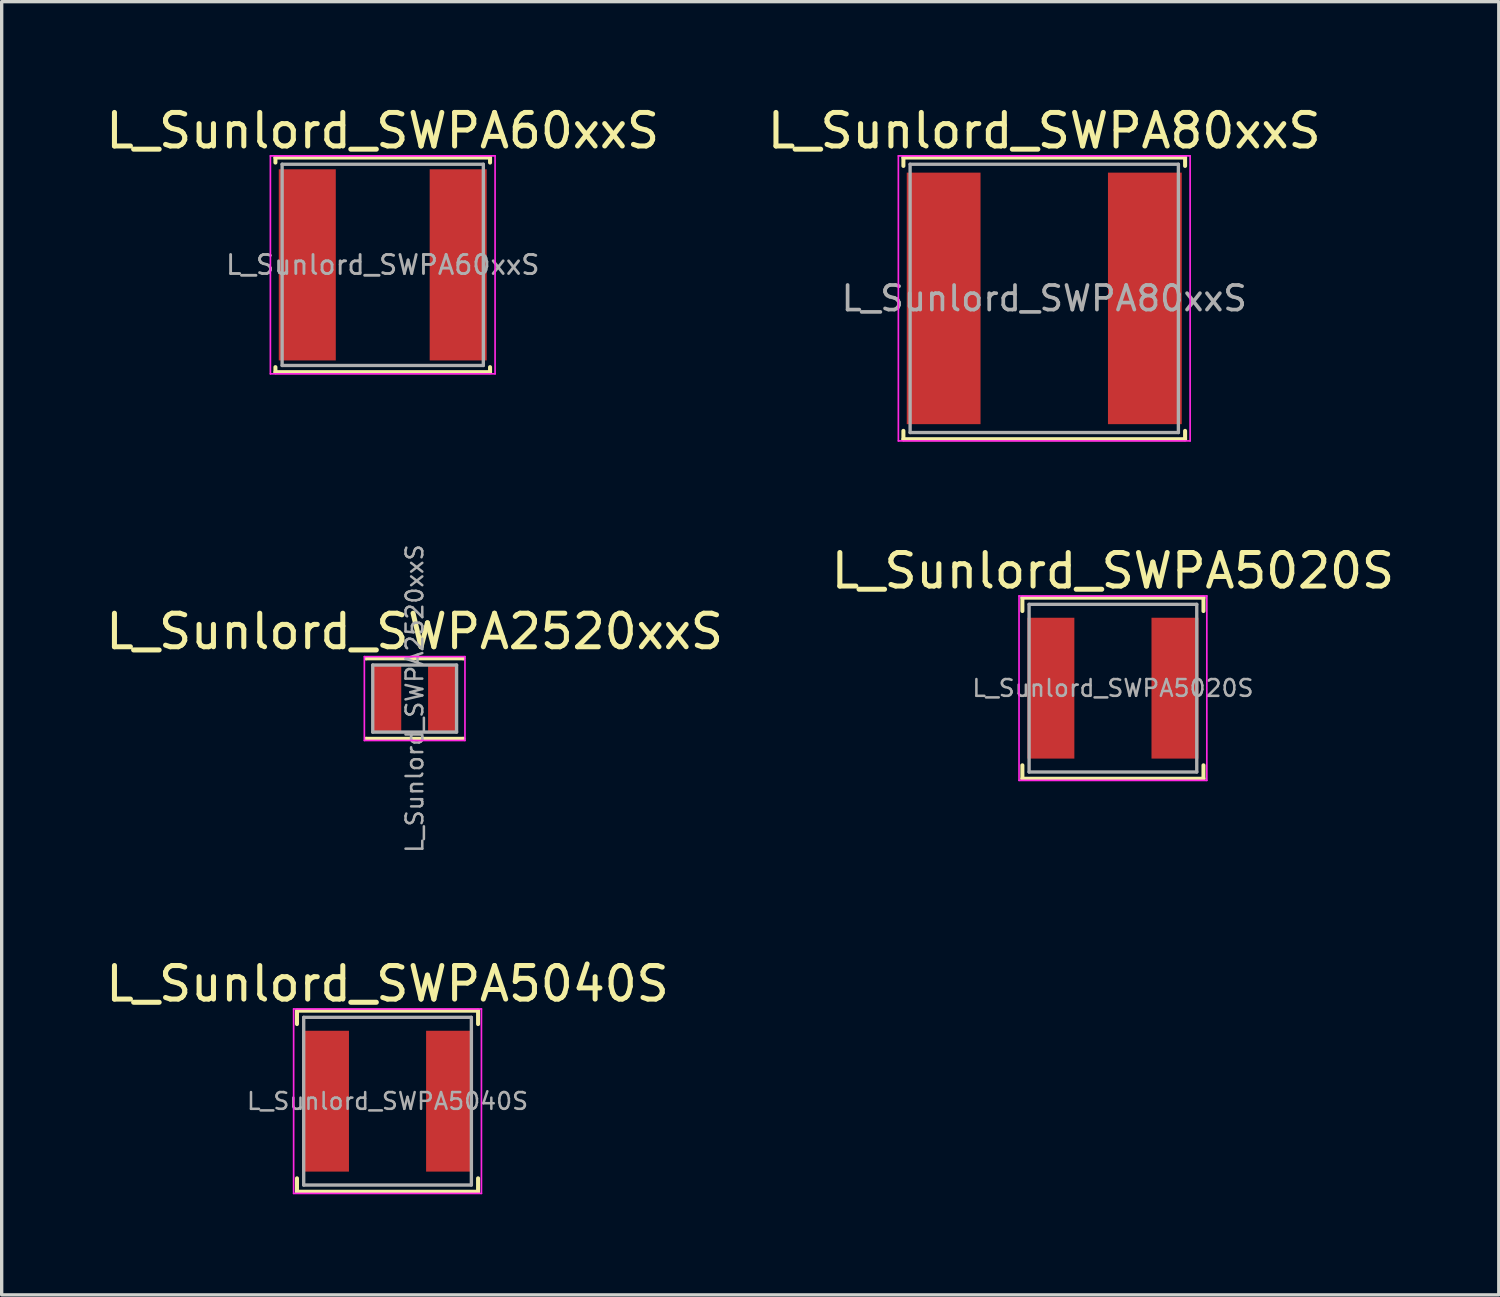
<source format=kicad_pcb>
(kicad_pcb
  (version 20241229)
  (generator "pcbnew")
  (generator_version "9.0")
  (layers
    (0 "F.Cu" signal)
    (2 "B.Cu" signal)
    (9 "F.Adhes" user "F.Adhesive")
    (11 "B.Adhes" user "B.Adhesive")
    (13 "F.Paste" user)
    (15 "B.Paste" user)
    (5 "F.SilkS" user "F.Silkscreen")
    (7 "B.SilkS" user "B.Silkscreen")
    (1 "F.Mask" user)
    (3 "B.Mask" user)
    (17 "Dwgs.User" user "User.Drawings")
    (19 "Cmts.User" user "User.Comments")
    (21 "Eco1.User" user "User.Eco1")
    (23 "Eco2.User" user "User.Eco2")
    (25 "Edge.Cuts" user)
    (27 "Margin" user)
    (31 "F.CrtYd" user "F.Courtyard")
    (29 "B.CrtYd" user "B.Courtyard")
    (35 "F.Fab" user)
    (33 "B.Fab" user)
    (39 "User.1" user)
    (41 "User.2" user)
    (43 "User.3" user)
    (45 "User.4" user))
  (footprint "L_Sunlord_SWPA80xxS"
    (layer "F.Cu")
    (at 28.089 5.848)
    (property "Reference" "L_Sunlord_SWPA80xxS" (at 0 -5 0) (layer "F.SilkS") (effects (font (size 1 1) (thickness 0.15))))
    (attr smd)
    (fp_line (start -4.2 -4.2) (end -4.2 -3.95) (stroke (width 0.12) (type solid)) (layer "F.SilkS"))
    (fp_line (start -4.2 -4.2) (end 4.2 -4.2) (stroke (width 0.12) (type solid)) (layer "F.SilkS"))
    (fp_line (start -4.2 4.2) (end -4.2 3.95) (stroke (width 0.12) (type solid)) (layer "F.SilkS"))
    (fp_line (start -4.2 4.2) (end 4.2 4.2) (stroke (width 0.12) (type solid)) (layer "F.SilkS"))
    (fp_line (start 4.2 -4.2) (end 4.2 -3.95) (stroke (width 0.12) (type solid)) (layer "F.SilkS"))
    (fp_line (start 4.2 4.2) (end 4.2 3.95) (stroke (width 0.12) (type solid)) (layer "F.SilkS"))
    (fp_line (start -4.35 -4.25) (end -4.35 4.25) (stroke (width 0.05) (type solid)) (layer "F.CrtYd"))
    (fp_line (start -4.35 4.25) (end 4.35 4.25) (stroke (width 0.05) (type solid)) (layer "F.CrtYd"))
    (fp_line (start 4.35 -4.25) (end -4.35 -4.25) (stroke (width 0.05) (type solid)) (layer "F.CrtYd"))
    (fp_line (start 4.35 4.25) (end 4.35 -4.25) (stroke (width 0.05) (type solid)) (layer "F.CrtYd"))
    (fp_line (start -4 -4) (end -4 4) (stroke (width 0.1) (type solid)) (layer "F.Fab"))
    (fp_line (start -4 4) (end 4 4) (stroke (width 0.1) (type solid)) (layer "F.Fab"))
    (fp_line (start 4 -4) (end -4 -4) (stroke (width 0.1) (type solid)) (layer "F.Fab"))
    (fp_line (start 4 4) (end 4 -4) (stroke (width 0.1) (type solid)) (layer "F.Fab"))
    (fp_text user "${REFERENCE}" (at 0 0 0) (layer "F.Fab") (effects (font (size 0.733 0.733) (thickness 0.11))))
    (pad "1" smd rect (at -3 0) (size 2.2 7.5) (layers "F.Cu" "F.Mask" "F.Paste"))
    (pad "2" smd rect (at 3 0) (size 2.2 7.5) (layers "F.Cu" "F.Mask" "F.Paste")))
  (footprint "L_Sunlord_SWPA2520xxS"
    (layer "F.Cu")
    (at 9.315 17.781)
    (property "Reference" "L_Sunlord_SWPA2520xxS" (at 0 -2 0) (layer "F.SilkS") (effects (font (size 1 1) (thickness 0.15))))
    (attr smd)
    (fp_line (start -1.45 -1.2) (end -1.45 -1.2) (stroke (width 0.12) (type solid)) (layer "F.SilkS"))
    (fp_line (start -1.45 -1.2) (end 1.45 -1.2) (stroke (width 0.12) (type solid)) (layer "F.SilkS"))
    (fp_line (start -1.45 1.2) (end -1.45 1.2) (stroke (width 0.12) (type solid)) (layer "F.SilkS"))
    (fp_line (start -1.45 1.2) (end 1.45 1.2) (stroke (width 0.12) (type solid)) (layer "F.SilkS"))
    (fp_line (start 1.45 -1.2) (end 1.45 -1.2) (stroke (width 0.12) (type solid)) (layer "F.SilkS"))
    (fp_line (start 1.45 1.2) (end 1.45 1.2) (stroke (width 0.12) (type solid)) (layer "F.SilkS"))
    (fp_line (start -1.5 -1.25) (end -1.5 1.25) (stroke (width 0.05) (type solid)) (layer "F.CrtYd"))
    (fp_line (start -1.5 1.25) (end 1.5 1.25) (stroke (width 0.05) (type solid)) (layer "F.CrtYd"))
    (fp_line (start 1.5 -1.25) (end -1.5 -1.25) (stroke (width 0.05) (type solid)) (layer "F.CrtYd"))
    (fp_line (start 1.5 1.25) (end 1.5 -1.25) (stroke (width 0.05) (type solid)) (layer "F.CrtYd"))
    (fp_line (start -1.25 -1) (end -1.25 1) (stroke (width 0.1) (type solid)) (layer "F.Fab"))
    (fp_line (start -1.25 1) (end 1.25 1) (stroke (width 0.1) (type solid)) (layer "F.Fab"))
    (fp_line (start 1.25 -1) (end -1.25 -1) (stroke (width 0.1) (type solid)) (layer "F.Fab"))
    (fp_line (start 1.25 1) (end 1.25 -1) (stroke (width 0.1) (type solid)) (layer "F.Fab"))
    (fp_text user "${REFERENCE}" (at 0 0 90) (layer "F.Fab") (effects (font (size 0.5 0.5) (thickness 0.075))))
    (pad "1" smd rect (at -0.825 0) (size 0.85 2) (layers "F.Cu" "F.Mask" "F.Paste"))
    (pad "2" smd rect (at 0.825 0) (size 0.85 2) (layers "F.Cu" "F.Mask" "F.Paste")))
  (footprint "L_Sunlord_SWPA5040S"
    (layer "F.Cu")
    (at 8.506 29.787)
    (property "Reference" "L_Sunlord_SWPA5040S" (at 0 -3.5 0) (layer "F.SilkS") (effects (font (size 1 1) (thickness 0.15))))
    (attr smd)
    (fp_line (start -2.7 -2.7) (end -2.7 -2.3) (stroke (width 0.12) (type solid)) (layer "F.SilkS"))
    (fp_line (start -2.7 -2.7) (end 2.7 -2.7) (stroke (width 0.12) (type solid)) (layer "F.SilkS"))
    (fp_line (start -2.7 2.7) (end -2.7 2.3) (stroke (width 0.12) (type solid)) (layer "F.SilkS"))
    (fp_line (start -2.7 2.7) (end 2.7 2.7) (stroke (width 0.12) (type solid)) (layer "F.SilkS"))
    (fp_line (start 2.7 -2.7) (end 2.7 -2.3) (stroke (width 0.12) (type solid)) (layer "F.SilkS"))
    (fp_line (start 2.7 2.7) (end 2.7 2.3) (stroke (width 0.12) (type solid)) (layer "F.SilkS"))
    (fp_line (start -2.8 -2.75) (end -2.8 2.75) (stroke (width 0.05) (type solid)) (layer "F.CrtYd"))
    (fp_line (start -2.8 2.75) (end 2.8 2.75) (stroke (width 0.05) (type solid)) (layer "F.CrtYd"))
    (fp_line (start 2.8 -2.75) (end -2.8 -2.75) (stroke (width 0.05) (type solid)) (layer "F.CrtYd"))
    (fp_line (start 2.8 2.75) (end 2.8 -2.75) (stroke (width 0.05) (type solid)) (layer "F.CrtYd"))
    (fp_line (start -2.5 -2.5) (end -2.5 2.5) (stroke (width 0.1) (type solid)) (layer "F.Fab"))
    (fp_line (start -2.5 2.5) (end 2.5 2.5) (stroke (width 0.1) (type solid)) (layer "F.Fab"))
    (fp_line (start 2.5 -2.5) (end -2.5 -2.5) (stroke (width 0.1) (type solid)) (layer "F.Fab"))
    (fp_line (start 2.5 2.5) (end 2.5 -2.5) (stroke (width 0.1) (type solid)) (layer "F.Fab"))
    (fp_text user "${REFERENCE}" (at 0 0 0) (layer "F.Fab") (effects (font (size 0.5 0.5) (thickness 0.075))))
    (pad "1" smd rect (at -1.85 0) (size 1.4 4.2) (layers "F.Cu" "F.Mask" "F.Paste"))
    (pad "2" smd rect (at 1.85 0) (size 1.4 4.2) (layers "F.Cu" "F.Mask" "F.Paste")))
  (footprint "L_Sunlord_SWPA5020S"
    (layer "F.Cu")
    (at 30.137 17.471)
    (property "Reference" "L_Sunlord_SWPA5020S" (at 0 -3.5 0) (layer "F.SilkS") (effects (font (size 1 1) (thickness 0.15))))
    (attr smd)
    (fp_line (start -2.7 -2.7) (end -2.7 -2.3) (stroke (width 0.12) (type solid)) (layer "F.SilkS"))
    (fp_line (start -2.7 -2.7) (end 2.7 -2.7) (stroke (width 0.12) (type solid)) (layer "F.SilkS"))
    (fp_line (start -2.7 2.7) (end -2.7 2.3) (stroke (width 0.12) (type solid)) (layer "F.SilkS"))
    (fp_line (start -2.7 2.7) (end 2.7 2.7) (stroke (width 0.12) (type solid)) (layer "F.SilkS"))
    (fp_line (start 2.7 -2.7) (end 2.7 -2.3) (stroke (width 0.12) (type solid)) (layer "F.SilkS"))
    (fp_line (start 2.7 2.7) (end 2.7 2.3) (stroke (width 0.12) (type solid)) (layer "F.SilkS"))
    (fp_line (start -2.8 -2.75) (end -2.8 2.75) (stroke (width 0.05) (type solid)) (layer "F.CrtYd"))
    (fp_line (start -2.8 2.75) (end 2.8 2.75) (stroke (width 0.05) (type solid)) (layer "F.CrtYd"))
    (fp_line (start 2.8 -2.75) (end -2.8 -2.75) (stroke (width 0.05) (type solid)) (layer "F.CrtYd"))
    (fp_line (start 2.8 2.75) (end 2.8 -2.75) (stroke (width 0.05) (type solid)) (layer "F.CrtYd"))
    (fp_line (start -2.5 -2.5) (end -2.5 2.5) (stroke (width 0.1) (type solid)) (layer "F.Fab"))
    (fp_line (start -2.5 2.5) (end 2.5 2.5) (stroke (width 0.1) (type solid)) (layer "F.Fab"))
    (fp_line (start 2.5 -2.5) (end -2.5 -2.5) (stroke (width 0.1) (type solid)) (layer "F.Fab"))
    (fp_line (start 2.5 2.5) (end 2.5 -2.5) (stroke (width 0.1) (type solid)) (layer "F.Fab"))
    (fp_text user "${REFERENCE}" (at 0 0 0) (layer "F.Fab") (effects (font (size 0.5 0.5) (thickness 0.075))))
    (pad "1" smd rect (at -1.85 0) (size 1.4 4.2) (layers "F.Cu" "F.Mask" "F.Paste"))
    (pad "2" smd rect (at 1.85 0) (size 1.4 4.2) (layers "F.Cu" "F.Mask" "F.Paste")))
  (footprint "L_Sunlord_SWPA60xxS"
    (layer "F.Cu")
    (at 8.363 4.848)
    (property "Reference" "L_Sunlord_SWPA60xxS" (at 0 -4 0) (layer "F.SilkS") (effects (font (size 1 1) (thickness 0.15))))
    (attr smd)
    (fp_line (start -3.2 -3.2) (end -3.2 -3.05) (stroke (width 0.12) (type solid)) (layer "F.SilkS"))
    (fp_line (start -3.2 -3.2) (end 3.2 -3.2) (stroke (width 0.12) (type solid)) (layer "F.SilkS"))
    (fp_line (start -3.2 3.2) (end -3.2 3.05) (stroke (width 0.12) (type solid)) (layer "F.SilkS"))
    (fp_line (start -3.2 3.2) (end 3.2 3.2) (stroke (width 0.12) (type solid)) (layer "F.SilkS"))
    (fp_line (start 3.2 -3.2) (end 3.2 -3.05) (stroke (width 0.12) (type solid)) (layer "F.SilkS"))
    (fp_line (start 3.2 3.2) (end 3.2 3.05) (stroke (width 0.12) (type solid)) (layer "F.SilkS"))
    (fp_line (start -3.35 -3.25) (end -3.35 3.25) (stroke (width 0.05) (type solid)) (layer "F.CrtYd"))
    (fp_line (start -3.35 3.25) (end 3.35 3.25) (stroke (width 0.05) (type solid)) (layer "F.CrtYd"))
    (fp_line (start 3.35 -3.25) (end -3.35 -3.25) (stroke (width 0.05) (type solid)) (layer "F.CrtYd"))
    (fp_line (start 3.35 3.25) (end 3.35 -3.25) (stroke (width 0.05) (type solid)) (layer "F.CrtYd"))
    (fp_line (start -3 -3) (end -3 3) (stroke (width 0.1) (type solid)) (layer "F.Fab"))
    (fp_line (start -3 3) (end 3 3) (stroke (width 0.1) (type solid)) (layer "F.Fab"))
    (fp_line (start 3 -3) (end -3 -3) (stroke (width 0.1) (type solid)) (layer "F.Fab"))
    (fp_line (start 3 3) (end 3 -3) (stroke (width 0.1) (type solid)) (layer "F.Fab"))
    (fp_text user "${REFERENCE}" (at 0 0 0) (layer "F.Fab") (effects (font (size 0.567 0.567) (thickness 0.085))))
    (pad "1" smd rect (at -2.25 0) (size 1.7 5.7) (layers "F.Cu" "F.Mask" "F.Paste"))
    (pad "2" smd rect (at 2.25 0) (size 1.7 5.7) (layers "F.Cu" "F.Mask" "F.Paste")))
  (gr_rect
    (start -3 -3)
    (end 41.643 35.562)
    (stroke (width 0.1) (type default))
    (fill no)
    (layer "Edge.Cuts")))
</source>
